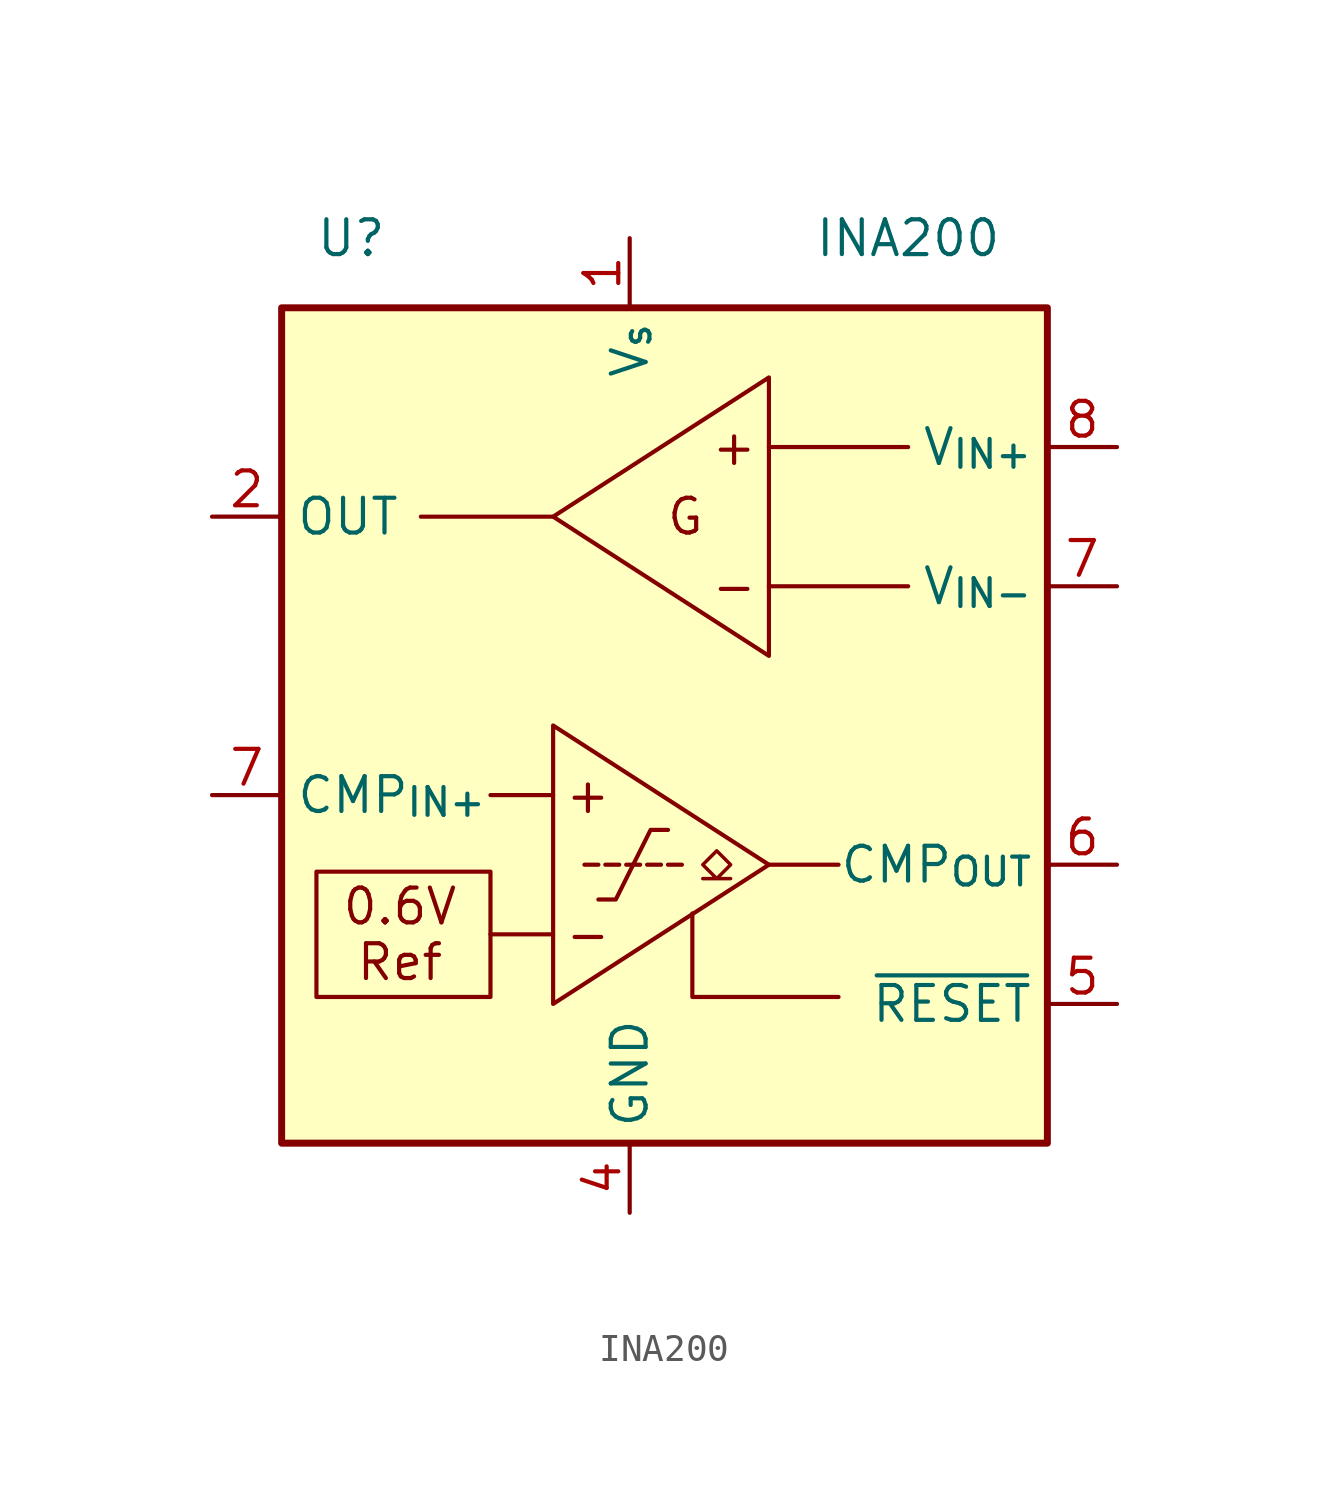
<source format=kicad_sym>
(kicad_symbol_lib
  (version 20220914)
  (generator kicad_symbol_editor)
  (symbol "INA200"
    (property "Reference" "U"
      (at -10.16 17.78 0)
      (effects (font (size 1.27 1.27))))
    (property "Value" "INA200"
      (at 10.16 17.78 0)
      (effects (font (size 1.27 1.27))))
    (symbol "INA200_0_0"
      (rectangle (start -11.43 -5.334) (end -5.08 -9.906) (stroke (width 0.152) (type default)) (fill (type none)))
      (polyline (pts (xy -7.62 7.62) (xy -2.794 7.62)) (stroke (width 0.152) (type default)) (fill (type none)))
      (polyline (pts (xy -5.08 -7.62) (xy -2.794 -7.62)) (stroke (width 0.152) (type default)) (fill (type none)))
      (polyline (pts (xy -5.08 -2.54) (xy -2.794 -2.54)) (stroke (width 0.152) (type default)) (fill (type none)))
      (polyline (pts (xy 5.08 -5.08) (xy 7.62 -5.08)) (stroke (width 0.152) (type default)) (fill (type none)))
      (polyline (pts (xy 7.62 -9.906) (xy 2.286 -9.906) (xy 2.286 -6.858)) (stroke (width 0.152) (type default)) (fill (type none)))
      (polyline (pts (xy -2.794 0) (xy -2.794 -10.16) (xy 5.08 -5.08) (xy -2.794 0)) (stroke (width 0.152) (type default)) (fill (type background)))
      (polyline (pts (xy 5.08 12.7) (xy 5.08 2.54) (xy -2.794 7.62) (xy 5.08 12.7)) (stroke (width 0.152) (type default)) (fill (type background)))
      (text "+" (at -1.524 -2.54 0) (effects (font (size 1.27 1.27))))
      (text "+" (at 3.81 10.16 0) (effects (font (size 1.27 1.27))))
      (text "-" (at -1.524 -7.62 0) (effects (font (size 1.27 1.27))))
      (text "-" (at 3.81 5.08 0) (effects (font (size 1.27 1.27))))
      (text "G" (at 2.032 7.62 0) (effects (font (size 1.27 1.27))))
      (text "Ref" (at -8.382 -8.636 0) (effects (font (size 1.27 1.27)))))
    (symbol "INA200_0_1"
      (rectangle (start -12.7 15.24) (end 15.24 -15.24) (stroke (width 0.254) (type default)) (fill (type background)))
      (polyline (pts (xy -1.143 -5.08) (xy -1.651 -5.08)) (stroke (width 0) (type default)) (fill (type none)))
      (polyline (pts (xy -0.381 -5.08) (xy -0.889 -5.08)) (stroke (width 0) (type default)) (fill (type none)))
      (polyline (pts (xy -0.127 -5.08) (xy 0.381 -5.08)) (stroke (width 0) (type default)) (fill (type none)))
      (polyline (pts (xy 0.635 -5.08) (xy 1.143 -5.08)) (stroke (width 0) (type default)) (fill (type none)))
      (polyline (pts (xy 1.397 -5.08) (xy 1.905 -5.08)) (stroke (width 0) (type default)) (fill (type none)))
      (polyline (pts (xy 5.08 5.08) (xy 10.16 5.08)) (stroke (width 0.152) (type default)) (fill (type none)))
      (polyline (pts (xy 10.16 10.16) (xy 5.08 10.16)) (stroke (width 0.152) (type default)) (fill (type none)))
      (polyline (pts (xy -1.143 -6.35) (xy -0.508 -6.35) (xy 0.762 -3.81) (xy 1.397 -3.81)) (stroke (width 0) (type default)) (fill (type none)))
      (polyline (pts (xy 2.667 -5.588) (xy 3.175 -5.588) (xy 2.667 -5.08) (xy 3.175 -4.572) (xy 3.683 -5.08) (xy 3.175 -5.588) (xy 3.683 -5.588)) (stroke (width 0.127) (type default)) (fill (type none))))
    (symbol "INA200_1_0"
      (text "0.6V" (at -8.382 -6.604 0) (effects (font (size 1.27 1.27)))))
    (symbol "INA200_1_1"
      (pin power_in line (at 0 17.78 270) (length 2.54) (name "V_{s}" (effects (font (size 1.27 1.27)))) (number "1" (effects (font (size 1.27 1.27)))))
      (pin output line (at -15.24 7.62 0) (length 2.54) (name "OUT" (effects (font (size 1.27 1.27)))) (number "2" (effects (font (size 1.27 1.27)))))
      (pin power_in line (at 0 -17.78 90) (length 2.54) (name "GND" (effects (font (size 1.27 1.27)))) (number "4" (effects (font (size 1.27 1.27)))))
      (pin output line (at 17.78 -10.16 180) (length 2.54) (name "~{RESET}" (effects (font (size 1.27 1.27)))) (number "5" (effects (font (size 1.27 1.27)))))
      (pin output line (at 17.78 -5.08 180) (length 2.54) (name "CMP_{OUT}" (effects (font (size 1.27 1.27)))) (number "6" (effects (font (size 1.27 1.27)))))
      (pin input line (at -15.24 -2.54 0) (length 2.54) (name "CMP_{IN+}" (effects (font (size 1.27 1.27)))) (number "7" (effects (font (size 1.27 1.27)))))
      (pin input line (at 17.78 5.08 180) (length 2.54) (name "V_{IN-}" (effects (font (size 1.27 1.27)))) (number "7" (effects (font (size 1.27 1.27)))))
      (pin input line (at 17.78 10.16 180) (length 2.54) (name "V_{IN+}" (effects (font (size 1.27 1.27)))) (number "8" (effects (font (size 1.27 1.27))))))))
</source>
